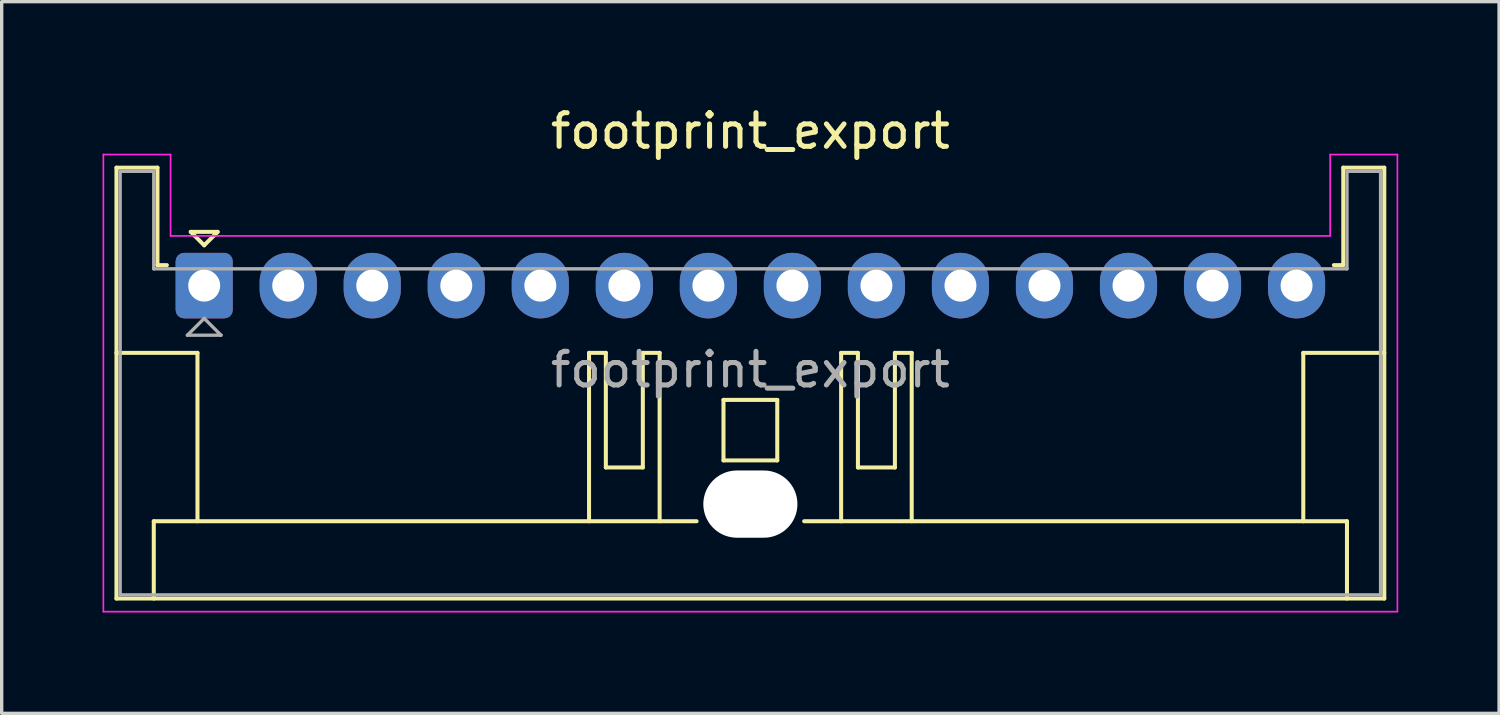
<source format=kicad_pcb>
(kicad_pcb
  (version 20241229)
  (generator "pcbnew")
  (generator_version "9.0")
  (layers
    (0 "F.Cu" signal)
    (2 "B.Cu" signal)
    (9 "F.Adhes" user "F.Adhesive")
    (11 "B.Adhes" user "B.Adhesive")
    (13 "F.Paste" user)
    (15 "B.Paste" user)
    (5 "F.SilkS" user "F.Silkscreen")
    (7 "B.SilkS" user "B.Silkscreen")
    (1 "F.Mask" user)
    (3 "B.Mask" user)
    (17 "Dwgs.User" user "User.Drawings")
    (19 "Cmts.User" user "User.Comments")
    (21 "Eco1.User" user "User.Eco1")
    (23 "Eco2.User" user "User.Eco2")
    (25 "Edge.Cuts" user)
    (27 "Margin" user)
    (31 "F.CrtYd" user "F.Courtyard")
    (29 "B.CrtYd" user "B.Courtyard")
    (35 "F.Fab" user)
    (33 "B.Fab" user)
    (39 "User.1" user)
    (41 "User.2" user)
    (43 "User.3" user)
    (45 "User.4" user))
  (footprint "footprint_export"
    (layer "F.Cu")
    (at 3.025 5.448)
    (property "Reference" "footprint_export" (at 16.25 -4.6 0) (layer "F.SilkS") (effects (font (size 1 1) (thickness 0.15))))
    (attr through_hole)
    (fp_line (start -2.61 -3.51) (end -2.61 9.31) (stroke (width 0.12) (type solid)) (layer "F.SilkS"))
    (fp_line (start -2.61 9.31) (end 35.11 9.31) (stroke (width 0.12) (type solid)) (layer "F.SilkS"))
    (fp_line (start -1.5 7.01) (end 14.65 7.01) (stroke (width 0.12) (type solid)) (layer "F.SilkS"))
    (fp_line (start -1.5 9.31) (end -1.5 7.01) (stroke (width 0.12) (type solid)) (layer "F.SilkS"))
    (fp_line (start -1.39 -3.51) (end -2.61 -3.51) (stroke (width 0.12) (type solid)) (layer "F.SilkS"))
    (fp_line (start -1.39 -0.61) (end -1.39 -3.51) (stroke (width 0.12) (type solid)) (layer "F.SilkS"))
    (fp_line (start -1.11 -0.61) (end -1.39 -0.61) (stroke (width 0.12) (type solid)) (layer "F.SilkS"))
    (fp_line (start -0.4 -1.6) (end 0.4 -1.6) (stroke (width 0.12) (type solid)) (layer "F.SilkS"))
    (fp_line (start -0.2 2) (end -2.61 2) (stroke (width 0.12) (type solid)) (layer "F.SilkS"))
    (fp_line (start -0.2 7.01) (end -0.2 2) (stroke (width 0.12) (type solid)) (layer "F.SilkS"))
    (fp_line (start 0 -1.2) (end -0.4 -1.6) (stroke (width 0.12) (type solid)) (layer "F.SilkS"))
    (fp_line (start 0.4 -1.6) (end 0 -1.2) (stroke (width 0.12) (type solid)) (layer "F.SilkS"))
    (fp_line (start 11.45 2) (end 11.45 7.01) (stroke (width 0.12) (type solid)) (layer "F.SilkS"))
    (fp_line (start 11.95 2) (end 11.45 2) (stroke (width 0.12) (type solid)) (layer "F.SilkS"))
    (fp_line (start 11.95 5.41) (end 11.95 2) (stroke (width 0.12) (type solid)) (layer "F.SilkS"))
    (fp_line (start 13.05 2) (end 13.05 5.41) (stroke (width 0.12) (type solid)) (layer "F.SilkS"))
    (fp_line (start 13.05 5.41) (end 11.95 5.41) (stroke (width 0.12) (type solid)) (layer "F.SilkS"))
    (fp_line (start 13.55 2) (end 13.05 2) (stroke (width 0.12) (type solid)) (layer "F.SilkS"))
    (fp_line (start 13.55 7.01) (end 13.55 2) (stroke (width 0.12) (type solid)) (layer "F.SilkS"))
    (fp_line (start 15.45 3.4) (end 17.05 3.4) (stroke (width 0.12) (type solid)) (layer "F.SilkS"))
    (fp_line (start 15.45 5.2) (end 15.45 3.4) (stroke (width 0.12) (type solid)) (layer "F.SilkS"))
    (fp_line (start 17.05 3.4) (end 17.05 5.2) (stroke (width 0.12) (type solid)) (layer "F.SilkS"))
    (fp_line (start 17.05 5.2) (end 15.45 5.2) (stroke (width 0.12) (type solid)) (layer "F.SilkS"))
    (fp_line (start 17.85 7.01) (end 34 7.01) (stroke (width 0.12) (type solid)) (layer "F.SilkS"))
    (fp_line (start 18.95 2) (end 19.45 2) (stroke (width 0.12) (type solid)) (layer "F.SilkS"))
    (fp_line (start 18.95 7.01) (end 18.95 2) (stroke (width 0.12) (type solid)) (layer "F.SilkS"))
    (fp_line (start 19.45 2) (end 19.45 5.41) (stroke (width 0.12) (type solid)) (layer "F.SilkS"))
    (fp_line (start 19.45 5.41) (end 20.55 5.41) (stroke (width 0.12) (type solid)) (layer "F.SilkS"))
    (fp_line (start 20.55 2) (end 21.05 2) (stroke (width 0.12) (type solid)) (layer "F.SilkS"))
    (fp_line (start 20.55 5.41) (end 20.55 2) (stroke (width 0.12) (type solid)) (layer "F.SilkS"))
    (fp_line (start 21.05 2) (end 21.05 7.01) (stroke (width 0.12) (type solid)) (layer "F.SilkS"))
    (fp_line (start 32.7 2) (end 35.11 2) (stroke (width 0.12) (type solid)) (layer "F.SilkS"))
    (fp_line (start 32.7 7.01) (end 32.7 2) (stroke (width 0.12) (type solid)) (layer "F.SilkS"))
    (fp_line (start 33.89 -3.51) (end 33.89 -0.61) (stroke (width 0.12) (type solid)) (layer "F.SilkS"))
    (fp_line (start 33.89 -0.61) (end 33.61 -0.61) (stroke (width 0.12) (type solid)) (layer "F.SilkS"))
    (fp_line (start 34 7.01) (end 34 9.31) (stroke (width 0.12) (type solid)) (layer "F.SilkS"))
    (fp_line (start 35.11 -3.51) (end 33.89 -3.51) (stroke (width 0.12) (type solid)) (layer "F.SilkS"))
    (fp_line (start 35.11 9.31) (end 35.11 -3.51) (stroke (width 0.12) (type solid)) (layer "F.SilkS"))
    (fp_line (start -3 -3.9) (end -3 9.7) (stroke (width 0.05) (type solid)) (layer "F.CrtYd"))
    (fp_line (start -3 9.7) (end 35.5 9.7) (stroke (width 0.05) (type solid)) (layer "F.CrtYd"))
    (fp_line (start -1 -3.9) (end -3 -3.9) (stroke (width 0.05) (type solid)) (layer "F.CrtYd"))
    (fp_line (start -1 -1.48) (end -1 -3.9) (stroke (width 0.05) (type solid)) (layer "F.CrtYd"))
    (fp_line (start 33.5 -3.9) (end 33.5 -1.48) (stroke (width 0.05) (type solid)) (layer "F.CrtYd"))
    (fp_line (start 33.5 -1.48) (end -1 -1.48) (stroke (width 0.05) (type solid)) (layer "F.CrtYd"))
    (fp_line (start 35.5 -3.9) (end 33.5 -3.9) (stroke (width 0.05) (type solid)) (layer "F.CrtYd"))
    (fp_line (start 35.5 9.7) (end 35.5 -3.9) (stroke (width 0.05) (type solid)) (layer "F.CrtYd"))
    (fp_line (start -2.5 -3.4) (end -2.5 9.2) (stroke (width 0.1) (type solid)) (layer "F.Fab"))
    (fp_line (start -2.5 9.2) (end 35 9.2) (stroke (width 0.1) (type solid)) (layer "F.Fab"))
    (fp_line (start -1.5 -3.4) (end -2.5 -3.4) (stroke (width 0.1) (type solid)) (layer "F.Fab"))
    (fp_line (start -1.5 -0.5) (end -1.5 -3.4) (stroke (width 0.1) (type solid)) (layer "F.Fab"))
    (fp_line (start -0.5 1.475) (end 0.5 1.475) (stroke (width 0.1) (type solid)) (layer "F.Fab"))
    (fp_line (start 0 0.975) (end -0.5 1.475) (stroke (width 0.1) (type solid)) (layer "F.Fab"))
    (fp_line (start 0.5 1.475) (end 0 0.975) (stroke (width 0.1) (type solid)) (layer "F.Fab"))
    (fp_line (start 34 -3.4) (end 34 -0.5) (stroke (width 0.1) (type solid)) (layer "F.Fab"))
    (fp_line (start 34 -0.5) (end -1.5 -0.5) (stroke (width 0.1) (type solid)) (layer "F.Fab"))
    (fp_line (start 35 -3.4) (end 34 -3.4) (stroke (width 0.1) (type solid)) (layer "F.Fab"))
    (fp_line (start 35 9.2) (end 35 -3.4) (stroke (width 0.1) (type solid)) (layer "F.Fab"))
    (fp_text user "${REFERENCE}" (at 16.25 2.5 0) (layer "F.Fab") (effects (font (size 1 1) (thickness 0.15))))
    (pad "" np_thru_hole oval (at 16.25 6.5) (size 2.8 2) (drill oval 2.8 2) (layers "*.Cu" "*.Mask"))
    (pad "1" thru_hole roundrect (at 0 0) (size 1.7 1.95) (drill 0.95) (layers "*.Cu" "*.Mask") (roundrect_rratio 0.147))
    (pad "2" thru_hole oval (at 2.5 0) (size 1.7 1.95) (drill 0.95) (layers "*.Cu" "*.Mask"))
    (pad "3" thru_hole oval (at 5 0) (size 1.7 1.95) (drill 0.95) (layers "*.Cu" "*.Mask"))
    (pad "4" thru_hole oval (at 7.5 0) (size 1.7 1.95) (drill 0.95) (layers "*.Cu" "*.Mask"))
    (pad "5" thru_hole oval (at 10 0) (size 1.7 1.95) (drill 0.95) (layers "*.Cu" "*.Mask"))
    (pad "6" thru_hole oval (at 12.5 0) (size 1.7 1.95) (drill 0.95) (layers "*.Cu" "*.Mask"))
    (pad "7" thru_hole oval (at 15 0) (size 1.7 1.95) (drill 0.95) (layers "*.Cu" "*.Mask"))
    (pad "8" thru_hole oval (at 17.5 0) (size 1.7 1.95) (drill 0.95) (layers "*.Cu" "*.Mask"))
    (pad "9" thru_hole oval (at 20 0) (size 1.7 1.95) (drill 0.95) (layers "*.Cu" "*.Mask"))
    (pad "10" thru_hole oval (at 22.5 0) (size 1.7 1.95) (drill 0.95) (layers "*.Cu" "*.Mask"))
    (pad "11" thru_hole oval (at 25 0) (size 1.7 1.95) (drill 0.95) (layers "*.Cu" "*.Mask"))
    (pad "12" thru_hole oval (at 27.5 0) (size 1.7 1.95) (drill 0.95) (layers "*.Cu" "*.Mask"))
    (pad "13" thru_hole oval (at 30 0) (size 1.7 1.95) (drill 0.95) (layers "*.Cu" "*.Mask"))
    (pad "14" thru_hole oval (at 32.5 0) (size 1.7 1.95) (drill 0.95) (layers "*.Cu" "*.Mask")))
  (gr_rect
    (start -3 -3)
    (end 41.55 18.173)
    (stroke (width 0.1) (type default))
    (fill no)
    (layer "Edge.Cuts")))
</source>
